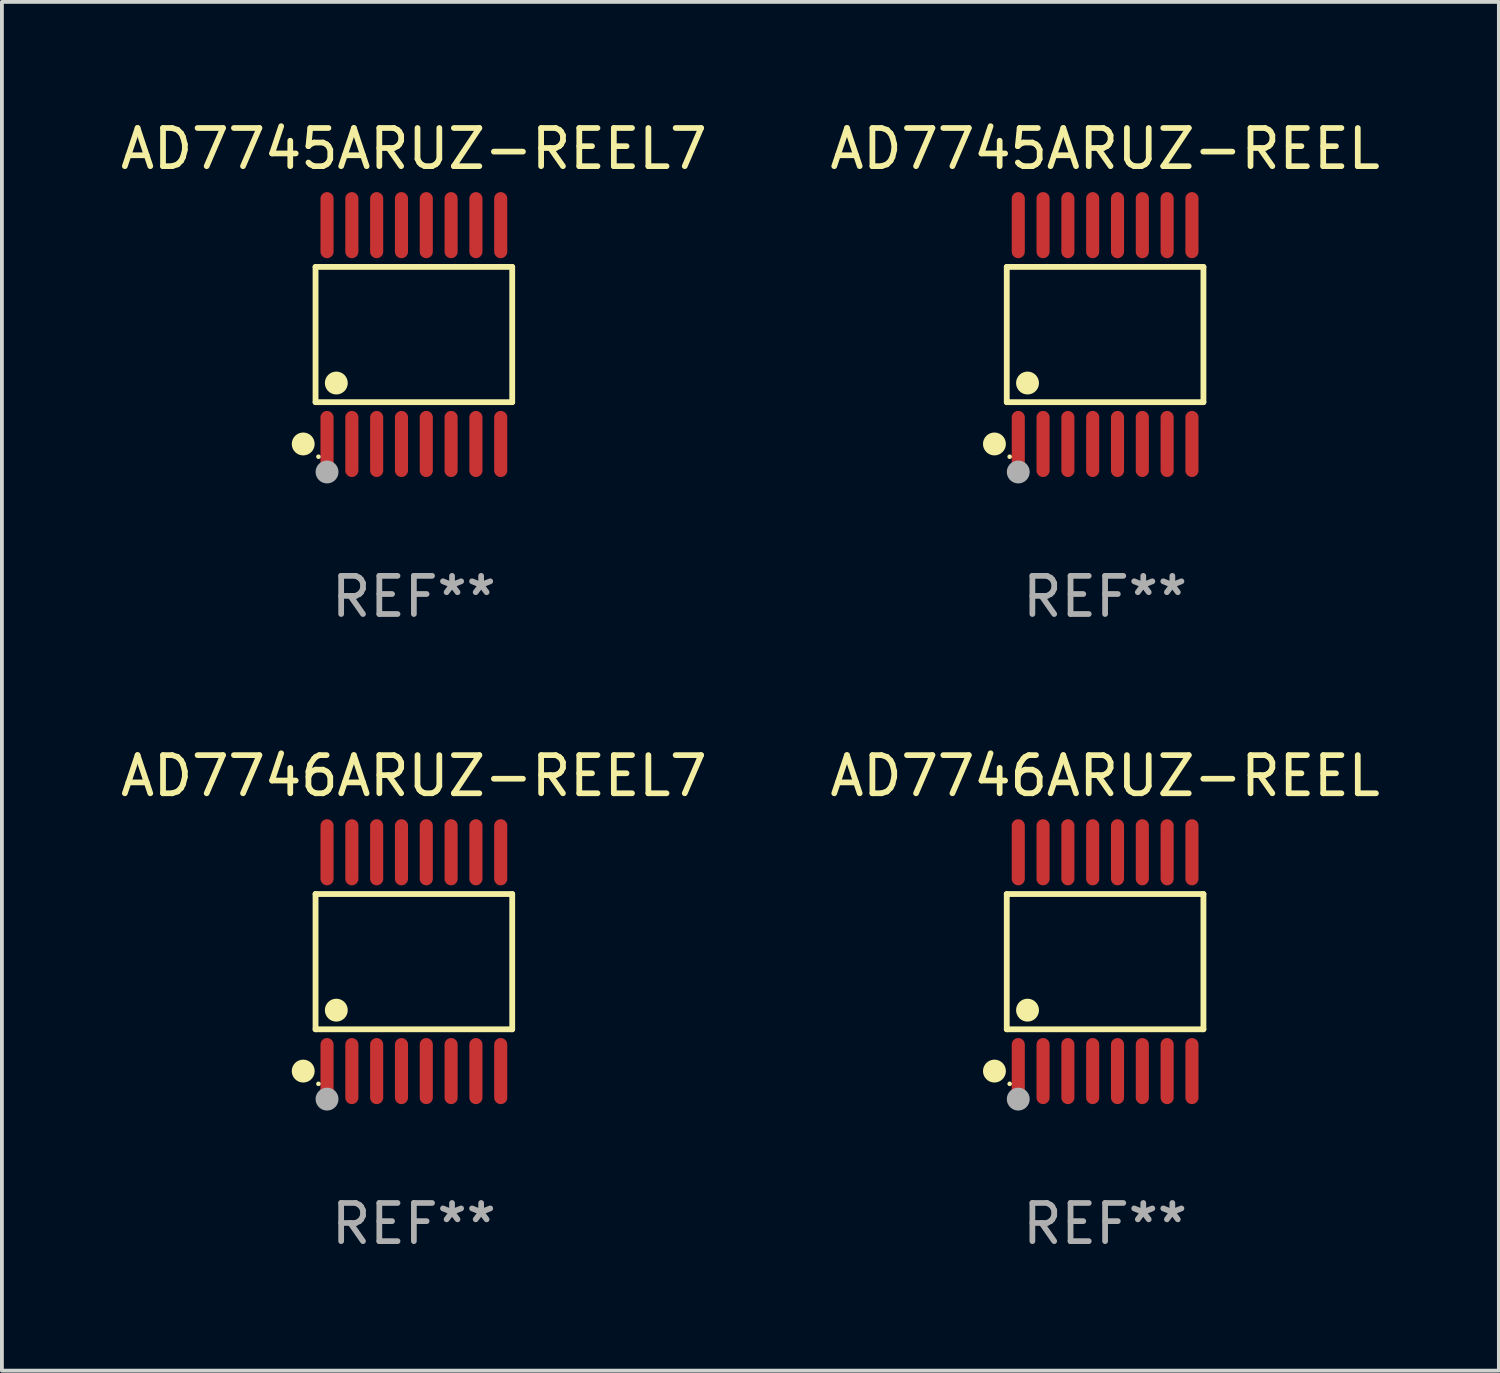
<source format=kicad_pcb>
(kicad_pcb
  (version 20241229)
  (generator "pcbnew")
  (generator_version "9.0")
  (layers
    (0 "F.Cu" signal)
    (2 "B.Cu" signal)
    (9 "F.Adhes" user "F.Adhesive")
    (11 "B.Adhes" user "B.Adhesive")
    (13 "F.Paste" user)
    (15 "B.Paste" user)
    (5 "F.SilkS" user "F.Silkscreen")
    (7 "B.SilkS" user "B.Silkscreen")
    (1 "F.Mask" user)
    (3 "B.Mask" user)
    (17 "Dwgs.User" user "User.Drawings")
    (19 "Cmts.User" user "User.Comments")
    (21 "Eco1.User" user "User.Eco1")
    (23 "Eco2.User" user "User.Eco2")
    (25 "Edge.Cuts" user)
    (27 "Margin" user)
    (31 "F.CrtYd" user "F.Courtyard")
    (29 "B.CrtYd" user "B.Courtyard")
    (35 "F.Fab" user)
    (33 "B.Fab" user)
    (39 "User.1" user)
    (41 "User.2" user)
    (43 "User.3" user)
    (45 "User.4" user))
  (footprint "AD7746ARUZ-REEL7"
    (layer "F.Cu")
    (at 7.792 22.142)
    (property "Reference" "AD7746ARUZ-REEL7" (at 0 -4.866 0) (layer "F.SilkS") (effects (font (size 1 1) (thickness 0.15))))
    (attr through_hole)
    (fp_line (start -2.576 -1.772) (end 2.576 -1.772) (stroke (width 0.152) (type solid)) (layer "F.SilkS"))
    (fp_line (start -2.576 1.771) (end -2.576 -1.772) (stroke (width 0.152) (type solid)) (layer "F.SilkS"))
    (fp_line (start 2.576 -1.772) (end 2.576 1.771) (stroke (width 0.152) (type solid)) (layer "F.SilkS"))
    (fp_line (start 2.576 1.771) (end -2.576 1.771) (stroke (width 0.152) (type solid)) (layer "F.SilkS"))
    (fp_circle (center -2.899 2.866) (end -2.749 2.866) (stroke (width 0.3) (type solid)) (fill no) (layer "F.SilkS"))
    (fp_circle (center -2.5 3.2) (end -2.47 3.2) (stroke (width 0.06) (type solid)) (fill no) (layer "F.SilkS"))
    (fp_circle (center -2.032 1.27) (end -1.882 1.27) (stroke (width 0.3) (type solid)) (fill no) (layer "F.SilkS"))
    (fp_circle (center -2.275 3.6) (end -2.125 3.6) (stroke (width 0.3) (type solid)) (fill no) (layer "F.Fab"))
    (fp_text user "REF**" (at 0 6.866 0) (layer "F.Fab") (effects (font (size 1 1) (thickness 0.15))))
    (pad "1" smd oval (at -2.275 2.866) (size 0.343 1.731) (layers "F.Cu" "F.Mask" "F.Paste"))
    (pad "2" smd oval (at -1.625 2.866) (size 0.343 1.731) (layers "F.Cu" "F.Mask" "F.Paste"))
    (pad "3" smd oval (at -0.975 2.866) (size 0.343 1.731) (layers "F.Cu" "F.Mask" "F.Paste"))
    (pad "4" smd oval (at -0.325 2.866) (size 0.343 1.731) (layers "F.Cu" "F.Mask" "F.Paste"))
    (pad "5" smd oval (at 0.325 2.866) (size 0.343 1.731) (layers "F.Cu" "F.Mask" "F.Paste"))
    (pad "6" smd oval (at 0.975 2.866) (size 0.343 1.731) (layers "F.Cu" "F.Mask" "F.Paste"))
    (pad "7" smd oval (at 1.625 2.866) (size 0.343 1.731) (layers "F.Cu" "F.Mask" "F.Paste"))
    (pad "8" smd oval (at 2.275 2.866) (size 0.343 1.731) (layers "F.Cu" "F.Mask" "F.Paste"))
    (pad "9" smd oval (at 2.275 -2.866) (size 0.343 1.731) (layers "F.Cu" "F.Mask" "F.Paste"))
    (pad "10" smd oval (at 1.625 -2.866) (size 0.343 1.731) (layers "F.Cu" "F.Mask" "F.Paste"))
    (pad "11" smd oval (at 0.975 -2.866) (size 0.343 1.731) (layers "F.Cu" "F.Mask" "F.Paste"))
    (pad "12" smd oval (at 0.325 -2.866) (size 0.343 1.731) (layers "F.Cu" "F.Mask" "F.Paste"))
    (pad "13" smd oval (at -0.325 -2.866) (size 0.343 1.731) (layers "F.Cu" "F.Mask" "F.Paste"))
    (pad "14" smd oval (at -0.975 -2.866) (size 0.343 1.731) (layers "F.Cu" "F.Mask" "F.Paste"))
    (pad "15" smd oval (at -1.625 -2.866) (size 0.343 1.731) (layers "F.Cu" "F.Mask" "F.Paste"))
    (pad "16" smd oval (at -2.275 -2.866) (size 0.343 1.731) (layers "F.Cu" "F.Mask" "F.Paste")))
  (footprint "AD7745ARUZ-REEL7"
    (layer "F.Cu")
    (at 7.792 5.714)
    (property "Reference" "AD7745ARUZ-REEL7" (at 0 -4.866 0) (layer "F.SilkS") (effects (font (size 1 1) (thickness 0.15))))
    (attr through_hole)
    (fp_line (start -2.576 -1.772) (end 2.576 -1.772) (stroke (width 0.152) (type solid)) (layer "F.SilkS"))
    (fp_line (start -2.576 1.771) (end -2.576 -1.772) (stroke (width 0.152) (type solid)) (layer "F.SilkS"))
    (fp_line (start 2.576 -1.772) (end 2.576 1.771) (stroke (width 0.152) (type solid)) (layer "F.SilkS"))
    (fp_line (start 2.576 1.771) (end -2.576 1.771) (stroke (width 0.152) (type solid)) (layer "F.SilkS"))
    (fp_circle (center -2.899 2.866) (end -2.749 2.866) (stroke (width 0.3) (type solid)) (fill no) (layer "F.SilkS"))
    (fp_circle (center -2.5 3.2) (end -2.47 3.2) (stroke (width 0.06) (type solid)) (fill no) (layer "F.SilkS"))
    (fp_circle (center -2.032 1.27) (end -1.882 1.27) (stroke (width 0.3) (type solid)) (fill no) (layer "F.SilkS"))
    (fp_circle (center -2.275 3.6) (end -2.125 3.6) (stroke (width 0.3) (type solid)) (fill no) (layer "F.Fab"))
    (fp_text user "REF**" (at 0 6.866 0) (layer "F.Fab") (effects (font (size 1 1) (thickness 0.15))))
    (pad "1" smd oval (at -2.275 2.866) (size 0.343 1.731) (layers "F.Cu" "F.Mask" "F.Paste"))
    (pad "2" smd oval (at -1.625 2.866) (size 0.343 1.731) (layers "F.Cu" "F.Mask" "F.Paste"))
    (pad "3" smd oval (at -0.975 2.866) (size 0.343 1.731) (layers "F.Cu" "F.Mask" "F.Paste"))
    (pad "4" smd oval (at -0.325 2.866) (size 0.343 1.731) (layers "F.Cu" "F.Mask" "F.Paste"))
    (pad "5" smd oval (at 0.325 2.866) (size 0.343 1.731) (layers "F.Cu" "F.Mask" "F.Paste"))
    (pad "6" smd oval (at 0.975 2.866) (size 0.343 1.731) (layers "F.Cu" "F.Mask" "F.Paste"))
    (pad "7" smd oval (at 1.625 2.866) (size 0.343 1.731) (layers "F.Cu" "F.Mask" "F.Paste"))
    (pad "8" smd oval (at 2.275 2.866) (size 0.343 1.731) (layers "F.Cu" "F.Mask" "F.Paste"))
    (pad "9" smd oval (at 2.275 -2.866) (size 0.343 1.731) (layers "F.Cu" "F.Mask" "F.Paste"))
    (pad "10" smd oval (at 1.625 -2.866) (size 0.343 1.731) (layers "F.Cu" "F.Mask" "F.Paste"))
    (pad "11" smd oval (at 0.975 -2.866) (size 0.343 1.731) (layers "F.Cu" "F.Mask" "F.Paste"))
    (pad "12" smd oval (at 0.325 -2.866) (size 0.343 1.731) (layers "F.Cu" "F.Mask" "F.Paste"))
    (pad "13" smd oval (at -0.325 -2.866) (size 0.343 1.731) (layers "F.Cu" "F.Mask" "F.Paste"))
    (pad "14" smd oval (at -0.975 -2.866) (size 0.343 1.731) (layers "F.Cu" "F.Mask" "F.Paste"))
    (pad "15" smd oval (at -1.625 -2.866) (size 0.343 1.731) (layers "F.Cu" "F.Mask" "F.Paste"))
    (pad "16" smd oval (at -2.275 -2.866) (size 0.343 1.731) (layers "F.Cu" "F.Mask" "F.Paste")))
  (footprint "AD7745ARUZ-REEL"
    (layer "F.Cu")
    (at 25.899 5.714)
    (property "Reference" "AD7745ARUZ-REEL" (at 0 -4.866 0) (layer "F.SilkS") (effects (font (size 1 1) (thickness 0.15))))
    (attr through_hole)
    (fp_line (start -2.576 -1.772) (end 2.576 -1.772) (stroke (width 0.152) (type solid)) (layer "F.SilkS"))
    (fp_line (start -2.576 1.771) (end -2.576 -1.772) (stroke (width 0.152) (type solid)) (layer "F.SilkS"))
    (fp_line (start 2.576 -1.772) (end 2.576 1.771) (stroke (width 0.152) (type solid)) (layer "F.SilkS"))
    (fp_line (start 2.576 1.771) (end -2.576 1.771) (stroke (width 0.152) (type solid)) (layer "F.SilkS"))
    (fp_circle (center -2.899 2.866) (end -2.749 2.866) (stroke (width 0.3) (type solid)) (fill no) (layer "F.SilkS"))
    (fp_circle (center -2.5 3.2) (end -2.47 3.2) (stroke (width 0.06) (type solid)) (fill no) (layer "F.SilkS"))
    (fp_circle (center -2.032 1.27) (end -1.882 1.27) (stroke (width 0.3) (type solid)) (fill no) (layer "F.SilkS"))
    (fp_circle (center -2.275 3.6) (end -2.125 3.6) (stroke (width 0.3) (type solid)) (fill no) (layer "F.Fab"))
    (fp_text user "REF**" (at 0 6.866 0) (layer "F.Fab") (effects (font (size 1 1) (thickness 0.15))))
    (pad "1" smd oval (at -2.275 2.866) (size 0.343 1.731) (layers "F.Cu" "F.Mask" "F.Paste"))
    (pad "2" smd oval (at -1.625 2.866) (size 0.343 1.731) (layers "F.Cu" "F.Mask" "F.Paste"))
    (pad "3" smd oval (at -0.975 2.866) (size 0.343 1.731) (layers "F.Cu" "F.Mask" "F.Paste"))
    (pad "4" smd oval (at -0.325 2.866) (size 0.343 1.731) (layers "F.Cu" "F.Mask" "F.Paste"))
    (pad "5" smd oval (at 0.325 2.866) (size 0.343 1.731) (layers "F.Cu" "F.Mask" "F.Paste"))
    (pad "6" smd oval (at 0.975 2.866) (size 0.343 1.731) (layers "F.Cu" "F.Mask" "F.Paste"))
    (pad "7" smd oval (at 1.625 2.866) (size 0.343 1.731) (layers "F.Cu" "F.Mask" "F.Paste"))
    (pad "8" smd oval (at 2.275 2.866) (size 0.343 1.731) (layers "F.Cu" "F.Mask" "F.Paste"))
    (pad "9" smd oval (at 2.275 -2.866) (size 0.343 1.731) (layers "F.Cu" "F.Mask" "F.Paste"))
    (pad "10" smd oval (at 1.625 -2.866) (size 0.343 1.731) (layers "F.Cu" "F.Mask" "F.Paste"))
    (pad "11" smd oval (at 0.975 -2.866) (size 0.343 1.731) (layers "F.Cu" "F.Mask" "F.Paste"))
    (pad "12" smd oval (at 0.325 -2.866) (size 0.343 1.731) (layers "F.Cu" "F.Mask" "F.Paste"))
    (pad "13" smd oval (at -0.325 -2.866) (size 0.343 1.731) (layers "F.Cu" "F.Mask" "F.Paste"))
    (pad "14" smd oval (at -0.975 -2.866) (size 0.343 1.731) (layers "F.Cu" "F.Mask" "F.Paste"))
    (pad "15" smd oval (at -1.625 -2.866) (size 0.343 1.731) (layers "F.Cu" "F.Mask" "F.Paste"))
    (pad "16" smd oval (at -2.275 -2.866) (size 0.343 1.731) (layers "F.Cu" "F.Mask" "F.Paste")))
  (footprint "AD7746ARUZ-REEL"
    (layer "F.Cu")
    (at 25.899 22.142)
    (property "Reference" "AD7746ARUZ-REEL" (at 0 -4.866 0) (layer "F.SilkS") (effects (font (size 1 1) (thickness 0.15))))
    (attr through_hole)
    (fp_line (start -2.576 -1.772) (end 2.576 -1.772) (stroke (width 0.152) (type solid)) (layer "F.SilkS"))
    (fp_line (start -2.576 1.771) (end -2.576 -1.772) (stroke (width 0.152) (type solid)) (layer "F.SilkS"))
    (fp_line (start 2.576 -1.772) (end 2.576 1.771) (stroke (width 0.152) (type solid)) (layer "F.SilkS"))
    (fp_line (start 2.576 1.771) (end -2.576 1.771) (stroke (width 0.152) (type solid)) (layer "F.SilkS"))
    (fp_circle (center -2.899 2.866) (end -2.749 2.866) (stroke (width 0.3) (type solid)) (fill no) (layer "F.SilkS"))
    (fp_circle (center -2.5 3.2) (end -2.47 3.2) (stroke (width 0.06) (type solid)) (fill no) (layer "F.SilkS"))
    (fp_circle (center -2.032 1.27) (end -1.882 1.27) (stroke (width 0.3) (type solid)) (fill no) (layer "F.SilkS"))
    (fp_circle (center -2.275 3.6) (end -2.125 3.6) (stroke (width 0.3) (type solid)) (fill no) (layer "F.Fab"))
    (fp_text user "REF**" (at 0 6.866 0) (layer "F.Fab") (effects (font (size 1 1) (thickness 0.15))))
    (pad "1" smd oval (at -2.275 2.866) (size 0.343 1.731) (layers "F.Cu" "F.Mask" "F.Paste"))
    (pad "2" smd oval (at -1.625 2.866) (size 0.343 1.731) (layers "F.Cu" "F.Mask" "F.Paste"))
    (pad "3" smd oval (at -0.975 2.866) (size 0.343 1.731) (layers "F.Cu" "F.Mask" "F.Paste"))
    (pad "4" smd oval (at -0.325 2.866) (size 0.343 1.731) (layers "F.Cu" "F.Mask" "F.Paste"))
    (pad "5" smd oval (at 0.325 2.866) (size 0.343 1.731) (layers "F.Cu" "F.Mask" "F.Paste"))
    (pad "6" smd oval (at 0.975 2.866) (size 0.343 1.731) (layers "F.Cu" "F.Mask" "F.Paste"))
    (pad "7" smd oval (at 1.625 2.866) (size 0.343 1.731) (layers "F.Cu" "F.Mask" "F.Paste"))
    (pad "8" smd oval (at 2.275 2.866) (size 0.343 1.731) (layers "F.Cu" "F.Mask" "F.Paste"))
    (pad "9" smd oval (at 2.275 -2.866) (size 0.343 1.731) (layers "F.Cu" "F.Mask" "F.Paste"))
    (pad "10" smd oval (at 1.625 -2.866) (size 0.343 1.731) (layers "F.Cu" "F.Mask" "F.Paste"))
    (pad "11" smd oval (at 0.975 -2.866) (size 0.343 1.731) (layers "F.Cu" "F.Mask" "F.Paste"))
    (pad "12" smd oval (at 0.325 -2.866) (size 0.343 1.731) (layers "F.Cu" "F.Mask" "F.Paste"))
    (pad "13" smd oval (at -0.325 -2.866) (size 0.343 1.731) (layers "F.Cu" "F.Mask" "F.Paste"))
    (pad "14" smd oval (at -0.975 -2.866) (size 0.343 1.731) (layers "F.Cu" "F.Mask" "F.Paste"))
    (pad "15" smd oval (at -1.625 -2.866) (size 0.343 1.731) (layers "F.Cu" "F.Mask" "F.Paste"))
    (pad "16" smd oval (at -2.275 -2.866) (size 0.343 1.731) (layers "F.Cu" "F.Mask" "F.Paste")))
  (gr_rect
    (start -3 -3)
    (end 36.214 32.856)
    (stroke (width 0.1) (type default))
    (fill no)
    (layer "Edge.Cuts")))
</source>
